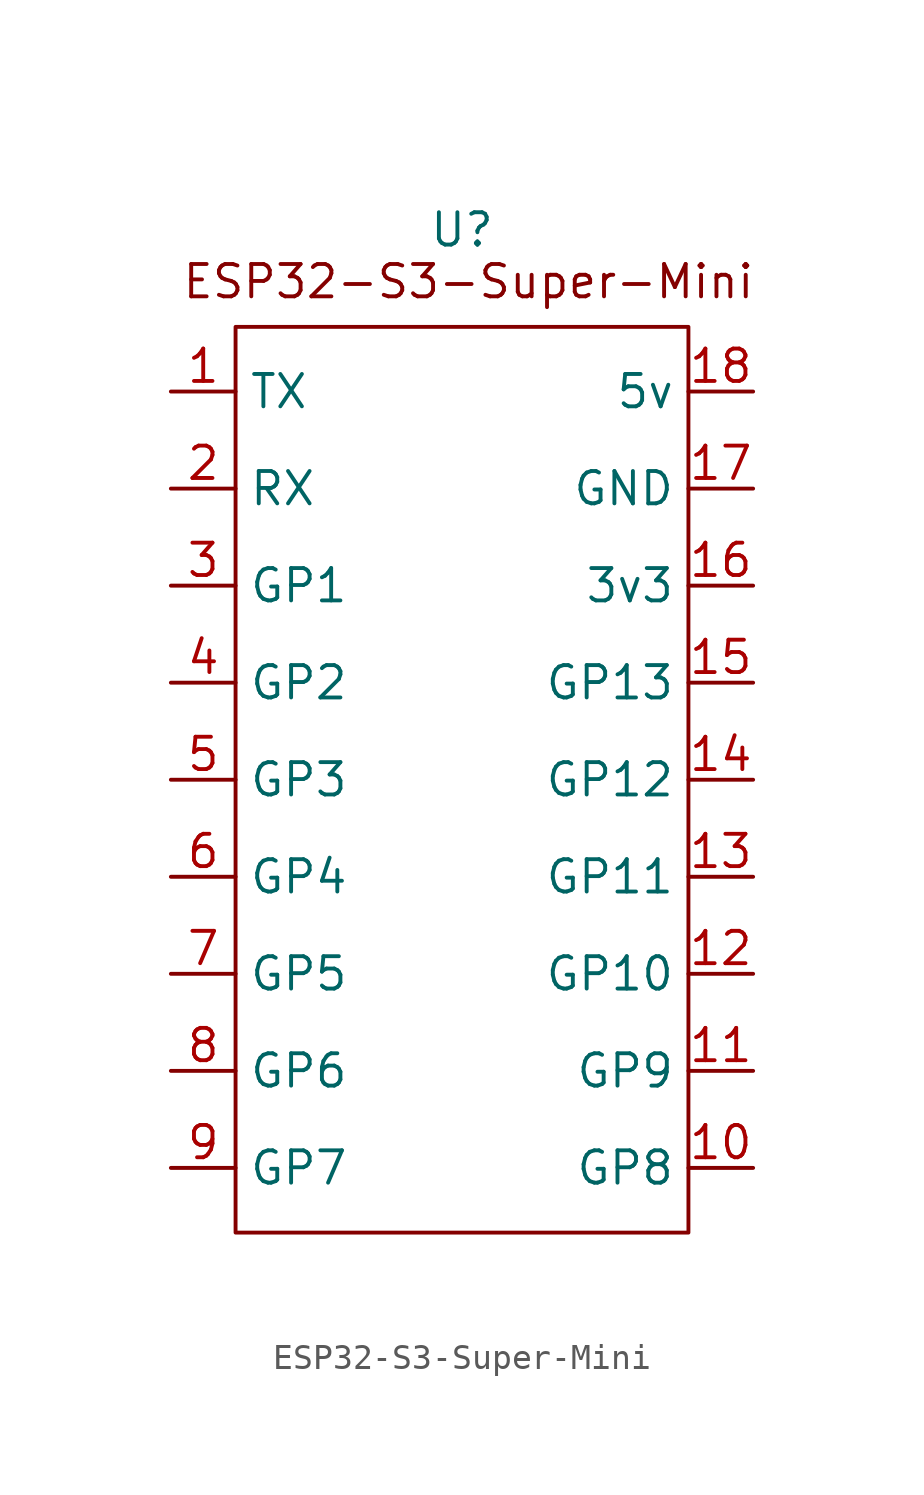
<source format=kicad_sym>
(kicad_symbol_lib
  (version 20241209)
  (generator "kicad_symbol_editor")
  (generator_version "9.0")
  (symbol "ESP32-S3-Super-Mini"
    (property "Reference" "U"
      (at 0 0 0)
      (effects (font (size 1.27 1.27))))
    (property "Value" ""
      (at 0 0 0)
      (effects (font (size 1.27 1.27))))
    (symbol "ESP32-S3-Super-Mini_0_1"
      (rectangle (start -8.89 -3.81) (end 8.89 -39.37) (stroke (width 0) (type default)) (fill (type none))))
    (symbol "ESP32-S3-Super-Mini_1_1"
      (text "ESP32-S3-Super-Mini\n" (at 0.254 -2.032 0) (effects (font (size 1.27 1.27))))
      (pin output line (at -11.43 -6.35 0) (length 2.54) (name "TX" (effects (font (size 1.27 1.27)))) (number "1" (effects (font (size 1.27 1.27)))))
      (pin input line (at -11.43 -10.16 0) (length 2.54) (name "RX" (effects (font (size 1.27 1.27)))) (number "2" (effects (font (size 1.27 1.27)))))
      (pin bidirectional line (at -11.43 -13.97 0) (length 2.54) (name "GP1" (effects (font (size 1.27 1.27)))) (number "3" (effects (font (size 1.27 1.27)))))
      (pin bidirectional line (at -11.43 -17.78 0) (length 2.54) (name "GP2" (effects (font (size 1.27 1.27)))) (number "4" (effects (font (size 1.27 1.27)))))
      (pin bidirectional line (at -11.43 -21.59 0) (length 2.54) (name "GP3" (effects (font (size 1.27 1.27)))) (number "5" (effects (font (size 1.27 1.27)))))
      (pin bidirectional line (at -11.43 -25.4 0) (length 2.54) (name "GP4" (effects (font (size 1.27 1.27)))) (number "6" (effects (font (size 1.27 1.27)))))
      (pin bidirectional line (at -11.43 -29.21 0) (length 2.54) (name "GP5" (effects (font (size 1.27 1.27)))) (number "7" (effects (font (size 1.27 1.27)))))
      (pin bidirectional line (at -11.43 -33.02 0) (length 2.54) (name "GP6" (effects (font (size 1.27 1.27)))) (number "8" (effects (font (size 1.27 1.27)))))
      (pin bidirectional line (at -11.43 -36.83 0) (length 2.54) (name "GP7" (effects (font (size 1.27 1.27)))) (number "9" (effects (font (size 1.27 1.27)))))
      (pin input line (at 11.43 -6.35 180) (length 2.54) (name "5v" (effects (font (size 1.27 1.27)))) (number "18" (effects (font (size 1.27 1.27)))))
      (pin bidirectional line (at 11.43 -10.16 180) (length 2.54) (name "GND" (effects (font (size 1.27 1.27)))) (number "17" (effects (font (size 1.27 1.27)))))
      (pin output line (at 11.43 -13.97 180) (length 2.54) (name "3v3" (effects (font (size 1.27 1.27)))) (number "16" (effects (font (size 1.27 1.27)))))
      (pin bidirectional line (at 11.43 -17.78 180) (length 2.54) (name "GP13" (effects (font (size 1.27 1.27)))) (number "15" (effects (font (size 1.27 1.27)))))
      (pin bidirectional line (at 11.43 -21.59 180) (length 2.54) (name "GP12" (effects (font (size 1.27 1.27)))) (number "14" (effects (font (size 1.27 1.27)))))
      (pin bidirectional line (at 11.43 -25.4 180) (length 2.54) (name "GP11" (effects (font (size 1.27 1.27)))) (number "13" (effects (font (size 1.27 1.27)))))
      (pin bidirectional line (at 11.43 -29.21 180) (length 2.54) (name "GP10" (effects (font (size 1.27 1.27)))) (number "12" (effects (font (size 1.27 1.27)))))
      (pin bidirectional line (at 11.43 -33.02 180) (length 2.54) (name "GP9" (effects (font (size 1.27 1.27)))) (number "11" (effects (font (size 1.27 1.27)))))
      (pin bidirectional line (at 11.43 -36.83 180) (length 2.54) (name "GP8" (effects (font (size 1.27 1.27)))) (number "10" (effects (font (size 1.27 1.27))))))))
</source>
